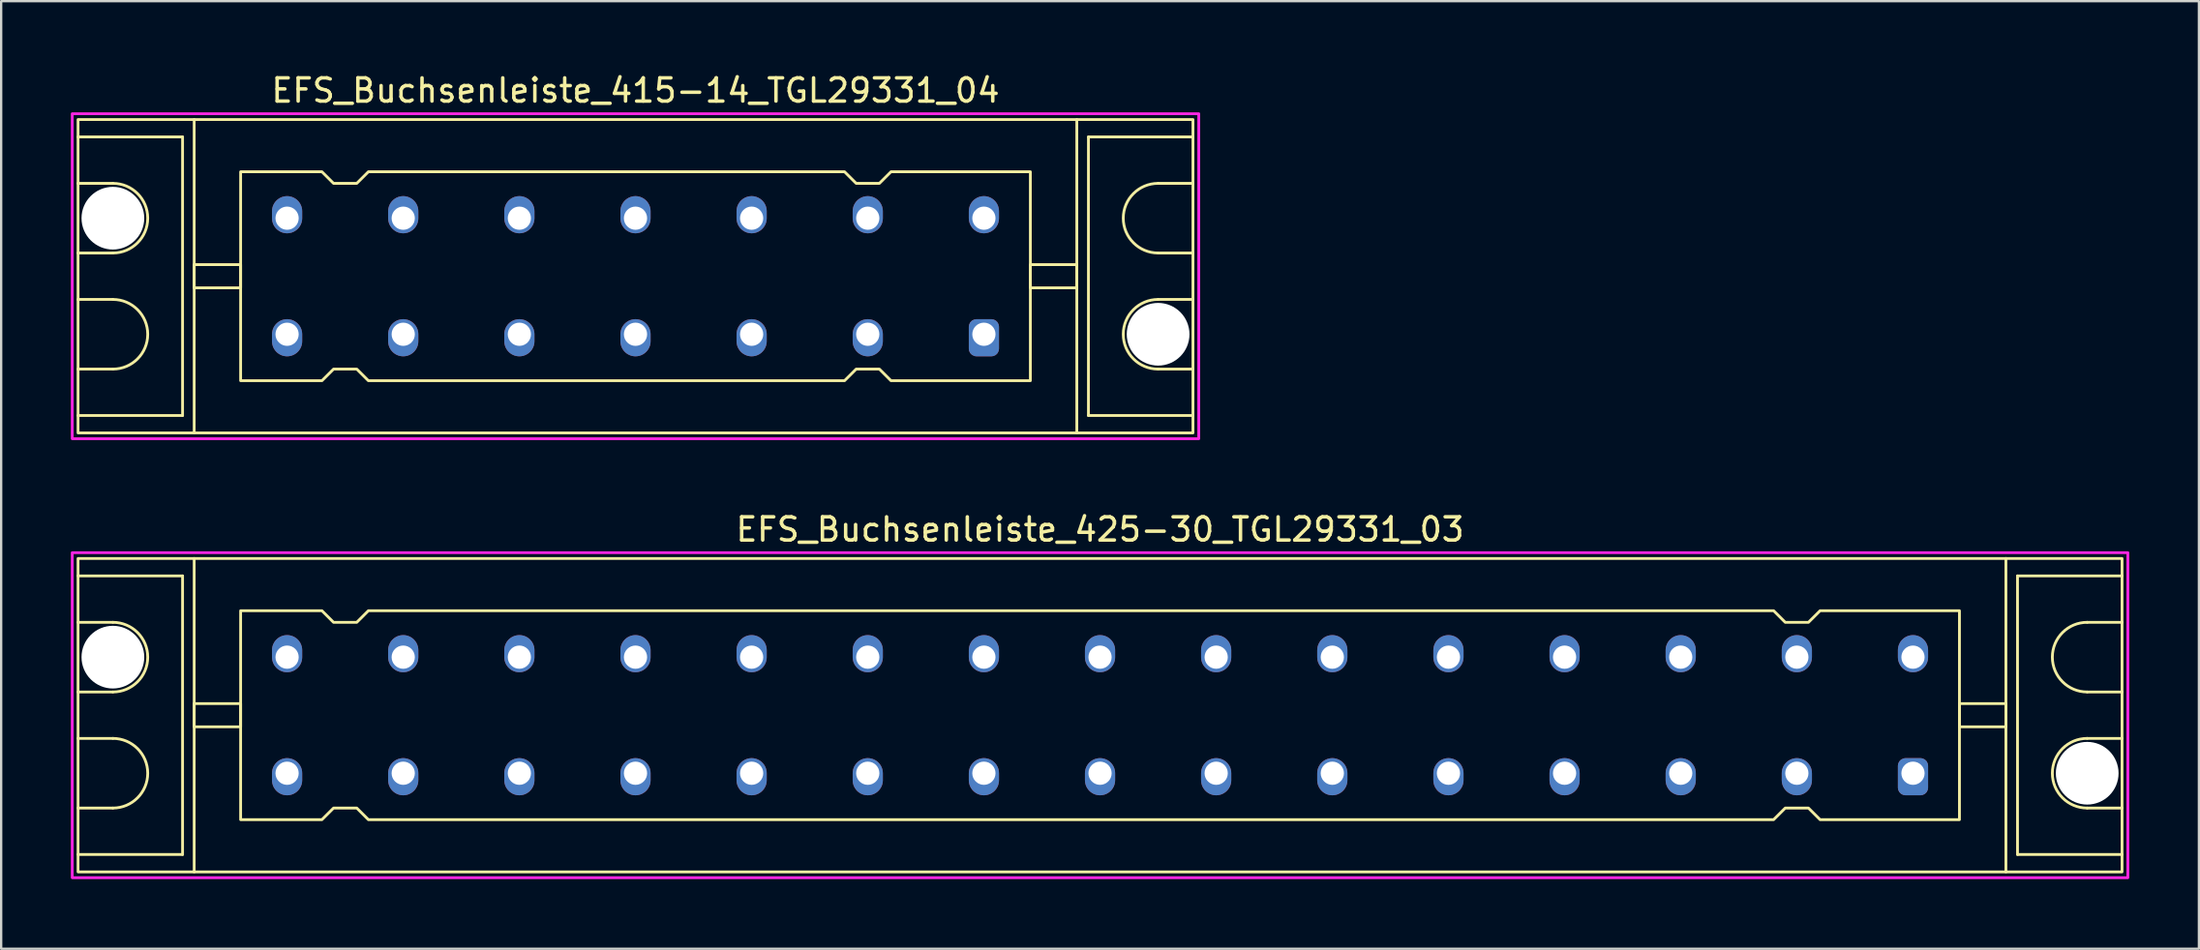
<source format=kicad_pcb>
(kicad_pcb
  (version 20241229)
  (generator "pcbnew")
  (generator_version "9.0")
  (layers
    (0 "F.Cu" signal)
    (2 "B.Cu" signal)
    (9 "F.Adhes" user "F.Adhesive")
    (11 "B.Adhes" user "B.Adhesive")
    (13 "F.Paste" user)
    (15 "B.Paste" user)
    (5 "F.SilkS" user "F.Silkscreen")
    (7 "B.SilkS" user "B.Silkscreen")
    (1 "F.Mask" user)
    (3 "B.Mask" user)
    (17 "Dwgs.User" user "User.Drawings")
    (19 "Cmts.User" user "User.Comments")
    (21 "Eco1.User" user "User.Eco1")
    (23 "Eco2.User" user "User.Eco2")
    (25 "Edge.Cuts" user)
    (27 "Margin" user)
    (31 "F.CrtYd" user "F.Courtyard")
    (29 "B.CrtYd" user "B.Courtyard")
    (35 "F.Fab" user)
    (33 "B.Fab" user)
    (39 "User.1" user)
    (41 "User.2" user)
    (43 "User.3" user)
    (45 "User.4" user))
  (footprint "EFS_Buchsenleiste_425-30_TGL29331_03"
    (layer "F.Cu")
    (at 44.31 27.756)
    (property "Reference" "EFS_Buchsenleiste_425-30_TGL29331_03" (at 0 -8 180) (layer "F.SilkS") (effects (font (size 1 1) (thickness 0.15))))
    (attr through_hole)
    (fp_line (start -44 -6) (end -39.5 -6) (stroke (width 0.12) (type solid)) (layer "F.SilkS"))
    (fp_line (start -42.5 -4) (end -44 -4) (stroke (width 0.12) (type solid)) (layer "F.SilkS"))
    (fp_line (start -42.5 -1) (end -44 -1) (stroke (width 0.12) (type solid)) (layer "F.SilkS"))
    (fp_line (start -42.5 1) (end -44 1) (stroke (width 0.12) (type solid)) (layer "F.SilkS"))
    (fp_line (start -42.5 4) (end -44 4) (stroke (width 0.12) (type solid)) (layer "F.SilkS"))
    (fp_line (start -39.5 -6) (end -39.5 6) (stroke (width 0.12) (type solid)) (layer "F.SilkS"))
    (fp_line (start -39.5 6) (end -44 6) (stroke (width 0.12) (type solid)) (layer "F.SilkS"))
    (fp_line (start -39 6.75) (end -39 -6.75) (stroke (width 0.12) (type solid)) (layer "F.SilkS"))
    (fp_line (start 39 6.75) (end 39 -6.75) (stroke (width 0.12) (type solid)) (layer "F.SilkS"))
    (fp_line (start 39.5 -6) (end 39.5 6) (stroke (width 0.12) (type solid)) (layer "F.SilkS"))
    (fp_line (start 39.5 6) (end 44 6) (stroke (width 0.12) (type solid)) (layer "F.SilkS"))
    (fp_line (start 42.5 -4) (end 44 -4) (stroke (width 0.12) (type solid)) (layer "F.SilkS"))
    (fp_line (start 42.5 -1) (end 44 -1) (stroke (width 0.12) (type solid)) (layer "F.SilkS"))
    (fp_line (start 42.5 1) (end 44 1) (stroke (width 0.12) (type solid)) (layer "F.SilkS"))
    (fp_line (start 42.5 4) (end 44 4) (stroke (width 0.12) (type solid)) (layer "F.SilkS"))
    (fp_line (start 44 -6) (end 39.5 -6) (stroke (width 0.12) (type solid)) (layer "F.SilkS"))
    (fp_rect (start -44 -6.75) (end 44 6.75) (stroke (width 0.12) (type solid)) (fill no) (layer "F.SilkS"))
    (fp_rect (start -39 -0.5) (end -37 0.5) (stroke (width 0.12) (type solid)) (fill no) (layer "F.SilkS"))
    (fp_rect (start 39 -0.5) (end 37 0.5) (stroke (width 0.12) (type solid)) (fill no) (layer "F.SilkS"))
    (fp_arc (start -42.5 -4) (mid -41 -2.5) (end -42.5 -1) (stroke (width 0.12) (type solid)) (layer "F.SilkS"))
    (fp_arc (start -42.5 1) (mid -41 2.5) (end -42.5 4) (stroke (width 0.12) (type solid)) (layer "F.SilkS"))
    (fp_arc (start 42.5 -1) (mid 41 -2.5) (end 42.5 -4) (stroke (width 0.12) (type solid)) (layer "F.SilkS"))
    (fp_arc (start 42.5 4) (mid 41 2.5) (end 42.5 1) (stroke (width 0.12) (type solid)) (layer "F.SilkS"))
    (fp_poly (pts (xy -33 -4) (xy -32 -4) (xy -31.5 -4.5) (xy 29 -4.5) (xy 29.5 -4) (xy 30.5 -4) (xy 31 -4.5) (xy 37 -4.5) (xy 37 4.5) (xy 31 4.5) (xy 30.5 4) (xy 29.5 4) (xy 29 4.5) (xy -31.5 4.5) (xy -32 4) (xy -33 4) (xy -33.5 4.5) (xy -37 4.5) (xy -37 -4.5) (xy -33.5 -4.5)) (stroke (width 0.12) (type solid)) (fill no) (layer "F.SilkS"))
    (fp_rect (start -44.25 -7) (end 44.25 7) (stroke (width 0.12) (type solid)) (fill no) (layer "F.CrtYd"))
    (pad "" np_thru_hole circle (at -42.5 -2.5) (size 2.7 2.7) (drill 2.7) (layers "*.Cu" "*.Mask"))
    (pad "" np_thru_hole circle (at 42.5 2.5) (size 2.7 2.7) (drill 2.7) (layers "*.Cu" "*.Mask"))
    (pad "1a" thru_hole roundrect (at 35 2.5 180) (size 1.3 1.6) (drill 1 (offset 0 -0.15)) (layers "*.Cu" "*.Mask") (roundrect_rratio 0.25))
    (pad "1c" thru_hole oval (at 35 -2.5 180) (size 1.3 1.6) (drill 1 (offset 0 0.15)) (layers "*.Cu" "*.Mask"))
    (pad "2a" thru_hole oval (at 30 2.5 180) (size 1.3 1.6) (drill 1 (offset 0 -0.15)) (layers "*.Cu" "*.Mask"))
    (pad "2c" thru_hole oval (at 30 -2.5 180) (size 1.3 1.6) (drill 1 (offset 0 0.15)) (layers "*.Cu" "*.Mask"))
    (pad "3a" thru_hole oval (at 25 2.5 180) (size 1.3 1.6) (drill 1 (offset 0 -0.15)) (layers "*.Cu" "*.Mask"))
    (pad "3c" thru_hole oval (at 25 -2.5 180) (size 1.3 1.6) (drill 1 (offset 0 0.15)) (layers "*.Cu" "*.Mask"))
    (pad "4a" thru_hole oval (at 20 2.5 180) (size 1.3 1.6) (drill 1 (offset 0 -0.15)) (layers "*.Cu" "*.Mask"))
    (pad "4c" thru_hole oval (at 20 -2.5 180) (size 1.3 1.6) (drill 1 (offset 0 0.15)) (layers "*.Cu" "*.Mask"))
    (pad "5a" thru_hole oval (at 15 2.5 180) (size 1.3 1.6) (drill 1 (offset 0 -0.15)) (layers "*.Cu" "*.Mask"))
    (pad "5c" thru_hole oval (at 15 -2.5 180) (size 1.3 1.6) (drill 1 (offset 0 0.15)) (layers "*.Cu" "*.Mask"))
    (pad "6a" thru_hole oval (at 10 2.5 180) (size 1.3 1.6) (drill 1 (offset 0 -0.15)) (layers "*.Cu" "*.Mask"))
    (pad "6c" thru_hole oval (at 10 -2.5 180) (size 1.3 1.6) (drill 1 (offset 0 0.15)) (layers "*.Cu" "*.Mask"))
    (pad "7a" thru_hole oval (at 5 2.5 180) (size 1.3 1.6) (drill 1 (offset 0 -0.15)) (layers "*.Cu" "*.Mask"))
    (pad "7c" thru_hole oval (at 5 -2.5 180) (size 1.3 1.6) (drill 1 (offset 0 0.15)) (layers "*.Cu" "*.Mask"))
    (pad "8a" thru_hole oval (at 0 2.5 180) (size 1.3 1.6) (drill 1 (offset 0 -0.15)) (layers "*.Cu" "*.Mask"))
    (pad "8c" thru_hole oval (at 0 -2.5 180) (size 1.3 1.6) (drill 1 (offset 0 0.15)) (layers "*.Cu" "*.Mask"))
    (pad "9a" thru_hole oval (at -5 2.5 180) (size 1.3 1.6) (drill 1 (offset 0 -0.15)) (layers "*.Cu" "*.Mask"))
    (pad "9c" thru_hole oval (at -5 -2.5 180) (size 1.3 1.6) (drill 1 (offset 0 0.15)) (layers "*.Cu" "*.Mask"))
    (pad "10a" thru_hole oval (at -10 2.5 180) (size 1.3 1.6) (drill 1 (offset 0 -0.15)) (layers "*.Cu" "*.Mask"))
    (pad "10c" thru_hole oval (at -10 -2.5 180) (size 1.3 1.6) (drill 1 (offset 0 0.15)) (layers "*.Cu" "*.Mask"))
    (pad "11a" thru_hole oval (at -15 2.5 180) (size 1.3 1.6) (drill 1 (offset 0 -0.15)) (layers "*.Cu" "*.Mask"))
    (pad "11c" thru_hole oval (at -15 -2.5 180) (size 1.3 1.6) (drill 1 (offset 0 0.15)) (layers "*.Cu" "*.Mask"))
    (pad "12a" thru_hole oval (at -20 2.5 180) (size 1.3 1.6) (drill 1 (offset 0 -0.15)) (layers "*.Cu" "*.Mask"))
    (pad "12c" thru_hole oval (at -20 -2.5 180) (size 1.3 1.6) (drill 1 (offset 0 0.15)) (layers "*.Cu" "*.Mask"))
    (pad "13a" thru_hole oval (at -25 2.5 180) (size 1.3 1.6) (drill 1 (offset 0 -0.15)) (layers "*.Cu" "*.Mask"))
    (pad "13c" thru_hole oval (at -25 -2.5 180) (size 1.3 1.6) (drill 1 (offset 0 0.15)) (layers "*.Cu" "*.Mask"))
    (pad "14a" thru_hole oval (at -30 2.5 180) (size 1.3 1.6) (drill 1 (offset 0 -0.15)) (layers "*.Cu" "*.Mask"))
    (pad "14c" thru_hole oval (at -30 -2.5 180) (size 1.3 1.6) (drill 1 (offset 0 0.15)) (layers "*.Cu" "*.Mask"))
    (pad "15a" thru_hole oval (at -35 2.5 180) (size 1.3 1.6) (drill 1 (offset 0 -0.15)) (layers "*.Cu" "*.Mask"))
    (pad "15c" thru_hole oval (at -35 -2.5 180) (size 1.3 1.6) (drill 1 (offset 0 0.15)) (layers "*.Cu" "*.Mask")))
  (footprint "EFS_Buchsenleiste_415-14_TGL29331_04"
    (layer "F.Cu")
    (at 24.31 8.848)
    (property "Reference" "EFS_Buchsenleiste_415-14_TGL29331_04" (at 0 -8 180) (layer "F.SilkS") (effects (font (size 1 1) (thickness 0.15))))
    (attr through_hole)
    (fp_line (start -24 -6) (end -19.5 -6) (stroke (width 0.12) (type solid)) (layer "F.SilkS"))
    (fp_line (start -22.5 -4) (end -24 -4) (stroke (width 0.12) (type solid)) (layer "F.SilkS"))
    (fp_line (start -22.5 -1) (end -24 -1) (stroke (width 0.12) (type solid)) (layer "F.SilkS"))
    (fp_line (start -22.5 1) (end -24 1) (stroke (width 0.12) (type solid)) (layer "F.SilkS"))
    (fp_line (start -22.5 4) (end -24 4) (stroke (width 0.12) (type solid)) (layer "F.SilkS"))
    (fp_line (start -19.5 -6) (end -19.5 6) (stroke (width 0.12) (type solid)) (layer "F.SilkS"))
    (fp_line (start -19.5 6) (end -24 6) (stroke (width 0.12) (type solid)) (layer "F.SilkS"))
    (fp_line (start -19 6.75) (end -19 -6.75) (stroke (width 0.12) (type solid)) (layer "F.SilkS"))
    (fp_line (start 19 6.75) (end 19 -6.75) (stroke (width 0.12) (type solid)) (layer "F.SilkS"))
    (fp_line (start 19.5 -6) (end 19.5 6) (stroke (width 0.12) (type solid)) (layer "F.SilkS"))
    (fp_line (start 19.5 6) (end 24 6) (stroke (width 0.12) (type solid)) (layer "F.SilkS"))
    (fp_line (start 22.5 -4) (end 24 -4) (stroke (width 0.12) (type solid)) (layer "F.SilkS"))
    (fp_line (start 22.5 -1) (end 24 -1) (stroke (width 0.12) (type solid)) (layer "F.SilkS"))
    (fp_line (start 22.5 1) (end 24 1) (stroke (width 0.12) (type solid)) (layer "F.SilkS"))
    (fp_line (start 22.5 4) (end 24 4) (stroke (width 0.12) (type solid)) (layer "F.SilkS"))
    (fp_line (start 24 -6) (end 19.5 -6) (stroke (width 0.12) (type solid)) (layer "F.SilkS"))
    (fp_rect (start -24 -6.75) (end 24 6.75) (stroke (width 0.12) (type solid)) (fill no) (layer "F.SilkS"))
    (fp_rect (start -19 -0.5) (end -17 0.5) (stroke (width 0.12) (type solid)) (fill no) (layer "F.SilkS"))
    (fp_rect (start 19 -0.5) (end 17 0.5) (stroke (width 0.12) (type solid)) (fill no) (layer "F.SilkS"))
    (fp_arc (start -22.5 -4) (mid -21 -2.5) (end -22.5 -1) (stroke (width 0.12) (type solid)) (layer "F.SilkS"))
    (fp_arc (start -22.5 1) (mid -21 2.5) (end -22.5 4) (stroke (width 0.12) (type solid)) (layer "F.SilkS"))
    (fp_arc (start 22.5 -1) (mid 21 -2.5) (end 22.5 -4) (stroke (width 0.12) (type solid)) (layer "F.SilkS"))
    (fp_arc (start 22.5 4) (mid 21 2.5) (end 22.5 1) (stroke (width 0.12) (type solid)) (layer "F.SilkS"))
    (fp_poly (pts (xy -13 -4) (xy -12 -4) (xy -11.5 -4.5) (xy 9 -4.5) (xy 9.5 -4) (xy 10.5 -4) (xy 11 -4.5) (xy 17 -4.5) (xy 17 4.5) (xy 11 4.5) (xy 10.5 4) (xy 9.5 4) (xy 9 4.5) (xy -11.5 4.5) (xy -12 4) (xy -13 4) (xy -13.5 4.5) (xy -17 4.5) (xy -17 -4.5) (xy -13.5 -4.5)) (stroke (width 0.12) (type solid)) (fill no) (layer "F.SilkS"))
    (fp_rect (start -24.25 -7) (end 24.25 7) (stroke (width 0.12) (type solid)) (fill no) (layer "F.CrtYd"))
    (pad "" np_thru_hole circle (at -22.5 -2.5) (size 2.7 2.7) (drill 2.7) (layers "*.Cu" "*.Mask"))
    (pad "" np_thru_hole circle (at 22.5 2.5) (size 2.7 2.7) (drill 2.7) (layers "*.Cu" "*.Mask"))
    (pad "1a" thru_hole roundrect (at 15 2.5 180) (size 1.3 1.6) (drill 1 (offset 0 -0.15)) (layers "*.Cu" "*.Mask") (roundrect_rratio 0.25))
    (pad "1c" thru_hole oval (at 15 -2.5 180) (size 1.3 1.6) (drill 1 (offset 0 0.15)) (layers "*.Cu" "*.Mask"))
    (pad "2a" thru_hole oval (at 10 2.5 180) (size 1.3 1.6) (drill 1 (offset 0 -0.15)) (layers "*.Cu" "*.Mask"))
    (pad "2c" thru_hole oval (at 10 -2.5 180) (size 1.3 1.6) (drill 1 (offset 0 0.15)) (layers "*.Cu" "*.Mask"))
    (pad "3a" thru_hole oval (at 5 2.5 180) (size 1.3 1.6) (drill 1 (offset 0 -0.15)) (layers "*.Cu" "*.Mask"))
    (pad "3c" thru_hole oval (at 5 -2.5 180) (size 1.3 1.6) (drill 1 (offset 0 0.15)) (layers "*.Cu" "*.Mask"))
    (pad "4a" thru_hole oval (at 0 2.5 180) (size 1.3 1.6) (drill 1 (offset 0 -0.15)) (layers "*.Cu" "*.Mask"))
    (pad "4c" thru_hole oval (at 0 -2.5 180) (size 1.3 1.6) (drill 1 (offset 0 0.15)) (layers "*.Cu" "*.Mask"))
    (pad "5a" thru_hole oval (at -5 2.5 180) (size 1.3 1.6) (drill 1 (offset 0 -0.15)) (layers "*.Cu" "*.Mask"))
    (pad "5c" thru_hole oval (at -5 -2.5 180) (size 1.3 1.6) (drill 1 (offset 0 0.15)) (layers "*.Cu" "*.Mask"))
    (pad "6a" thru_hole oval (at -10 2.5 180) (size 1.3 1.6) (drill 1 (offset 0 -0.15)) (layers "*.Cu" "*.Mask"))
    (pad "6c" thru_hole oval (at -10 -2.5 180) (size 1.3 1.6) (drill 1 (offset 0 0.15)) (layers "*.Cu" "*.Mask"))
    (pad "7a" thru_hole oval (at -15 2.5 180) (size 1.3 1.6) (drill 1 (offset 0 -0.15)) (layers "*.Cu" "*.Mask"))
    (pad "7c" thru_hole oval (at -15 -2.5 180) (size 1.3 1.6) (drill 1 (offset 0 0.15)) (layers "*.Cu" "*.Mask")))
  (gr_rect
    (start -3 -3)
    (end 91.62 37.816)
    (stroke (width 0.1) (type default))
    (fill no)
    (layer "Edge.Cuts")))
</source>
